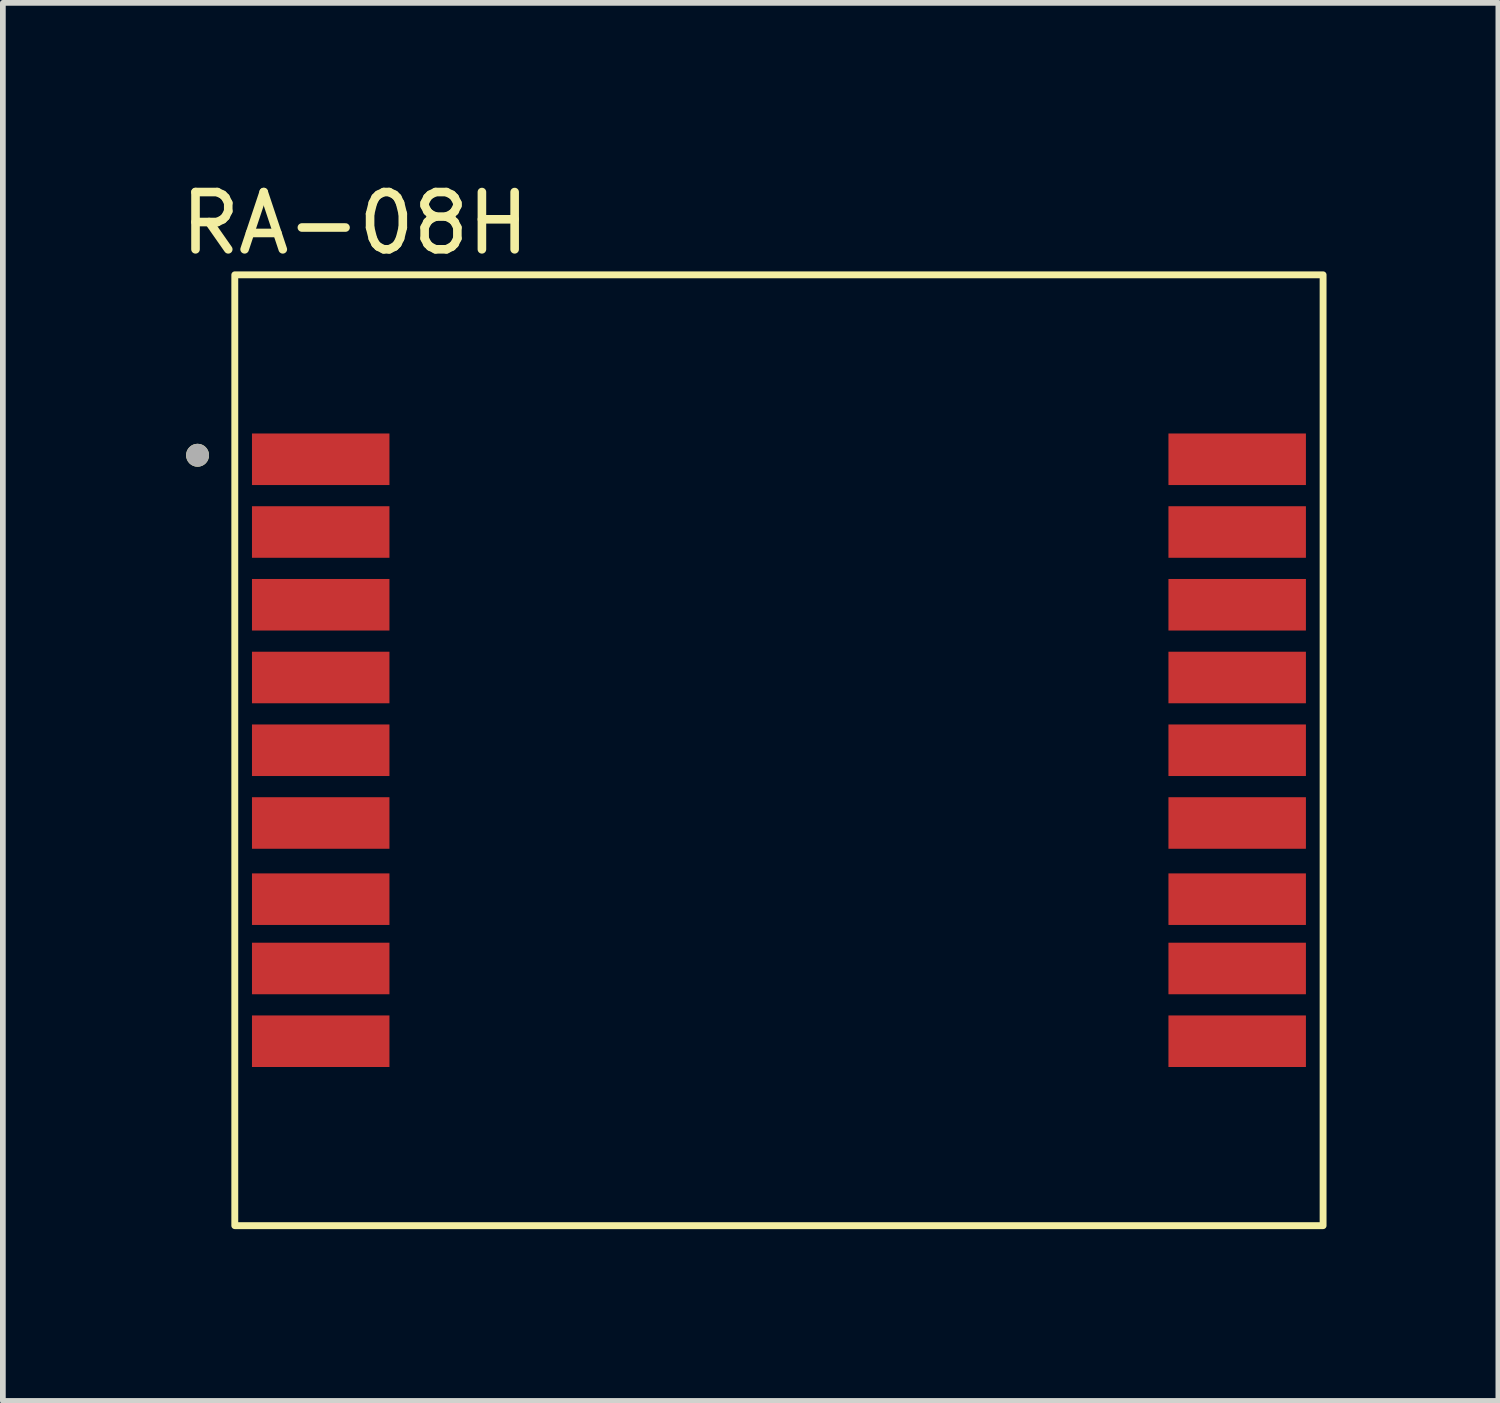
<source format=kicad_pcb>
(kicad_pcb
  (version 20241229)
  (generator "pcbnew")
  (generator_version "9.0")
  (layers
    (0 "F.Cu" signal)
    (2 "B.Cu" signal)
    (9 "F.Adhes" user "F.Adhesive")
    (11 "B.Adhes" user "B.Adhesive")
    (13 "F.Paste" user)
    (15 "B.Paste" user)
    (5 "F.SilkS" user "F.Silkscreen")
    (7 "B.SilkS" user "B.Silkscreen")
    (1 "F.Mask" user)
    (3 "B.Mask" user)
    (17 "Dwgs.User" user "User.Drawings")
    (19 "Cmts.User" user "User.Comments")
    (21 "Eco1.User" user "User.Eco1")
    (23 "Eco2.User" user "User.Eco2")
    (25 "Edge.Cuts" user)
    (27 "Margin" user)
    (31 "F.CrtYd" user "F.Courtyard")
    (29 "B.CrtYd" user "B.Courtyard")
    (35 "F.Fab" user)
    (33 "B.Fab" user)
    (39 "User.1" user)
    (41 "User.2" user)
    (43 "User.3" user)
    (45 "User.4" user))
  (footprint "RA-08H"
    (layer "F.Cu")
    (at 10.549 10.048)
    (property "Reference" "RA-08H" (at -7.4 -9.2 0) (layer "F.SilkS") (effects (font (size 1 1) (thickness 0.15))))
    (attr smd)
    (fp_rect (start -9.5 -8.3) (end 9.5 8.3) (stroke (width 0.12) (type solid)) (fill no) (layer "F.SilkS"))
    (fp_circle (center -10.15 -5.15) (end -10.05 -5.15) (stroke (width 0.2) (type solid)) (fill no) (layer "F.SilkS"))
    (fp_circle (center -10.15 -5.15) (end -10.05 -5.15) (stroke (width 0.2) (type solid)) (fill no) (layer "F.Fab"))
    (pad "1" smd rect (at -8 -5.08) (size 2.4 0.9) (layers "F.Cu" "F.Mask" "F.Paste"))
    (pad "2" smd rect (at -8 -3.81) (size 2.4 0.9) (layers "F.Cu" "F.Mask" "F.Paste"))
    (pad "3" smd rect (at -8 -2.54) (size 2.4 0.9) (layers "F.Cu" "F.Mask" "F.Paste"))
    (pad "4" smd rect (at -8 -1.27) (size 2.4 0.9) (layers "F.Cu" "F.Mask" "F.Paste"))
    (pad "5" smd rect (at -8 0) (size 2.4 0.9) (layers "F.Cu" "F.Mask" "F.Paste"))
    (pad "6" smd rect (at -8 1.27) (size 2.4 0.9) (layers "F.Cu" "F.Mask" "F.Paste"))
    (pad "7" smd rect (at -8 2.6) (size 2.4 0.9) (layers "F.Cu" "F.Mask" "F.Paste"))
    (pad "8" smd rect (at -8 3.81) (size 2.4 0.9) (layers "F.Cu" "F.Mask" "F.Paste"))
    (pad "9" smd rect (at -8 5.08) (size 2.4 0.9) (layers "F.Cu" "F.Mask" "F.Paste"))
    (pad "10" smd rect (at 8 5.08) (size 2.4 0.9) (layers "F.Cu" "F.Mask" "F.Paste"))
    (pad "11" smd rect (at 8 3.81) (size 2.4 0.9) (layers "F.Cu" "F.Mask" "F.Paste"))
    (pad "12" smd rect (at 8 2.6) (size 2.4 0.9) (layers "F.Cu" "F.Mask" "F.Paste"))
    (pad "13" smd rect (at 8 1.27) (size 2.4 0.9) (layers "F.Cu" "F.Mask" "F.Paste"))
    (pad "14" smd rect (at 8 0) (size 2.4 0.9) (layers "F.Cu" "F.Mask" "F.Paste"))
    (pad "15" smd rect (at 8 -1.27) (size 2.4 0.9) (layers "F.Cu" "F.Mask" "F.Paste"))
    (pad "16" smd rect (at 8 -2.54) (size 2.4 0.9) (layers "F.Cu" "F.Mask" "F.Paste"))
    (pad "17" smd rect (at 8 -3.81) (size 2.4 0.9) (layers "F.Cu" "F.Mask" "F.Paste"))
    (pad "18" smd rect (at 8 -5.08) (size 2.4 0.9) (layers "F.Cu" "F.Mask" "F.Paste")))
  (gr_rect
    (start -3 -3)
    (end 23.109 21.408)
    (stroke (width 0.1) (type default))
    (fill no)
    (layer "Edge.Cuts")))
</source>
